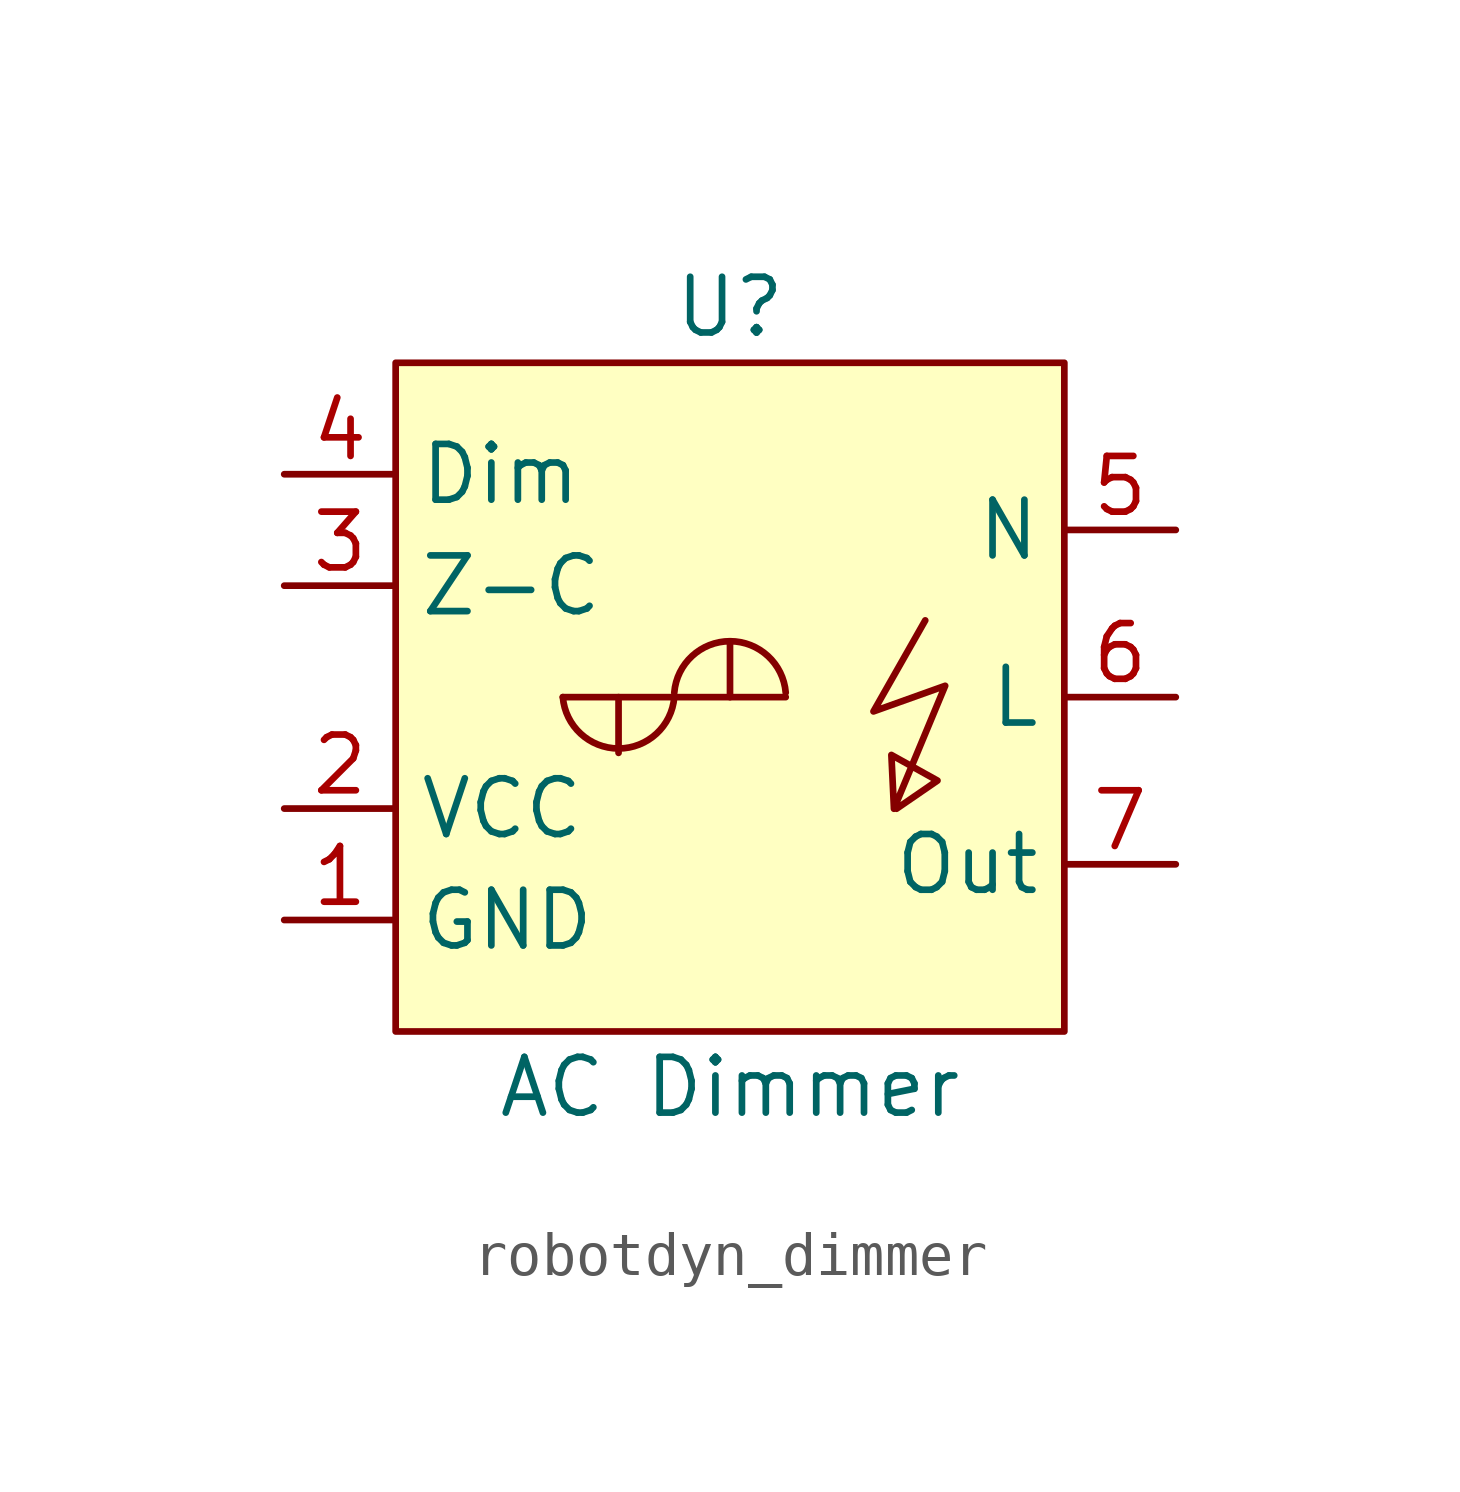
<source format=kicad_sym>
(kicad_symbol_lib
  (version 20220914)
  (generator kicad_symbol_editor)
  (symbol "robotdyn_dimmer"
    (property "Reference" "U"
      (at 0 8.89 0)
      (effects (font (size 1.27 1.27))))
    (property "Value" "AC Dimmer"
      (at 0 -8.89 0)
      (effects (font (size 1.27 1.27))))
    (symbol "robotdyn_dimmer_0_1"
      (arc (start -3.81 0) (mid -2.54 -1.1708) (end -1.27 0) (stroke (width 0) (type default)) (fill (type none)))
      (polyline (pts (xy -3.81 0) (xy 1.27 0)) (stroke (width 0) (type default)) (fill (type none)))
      (polyline (pts (xy -2.54 -1.27) (xy -2.54 0)) (stroke (width 0) (type default)) (fill (type none)))
      (polyline (pts (xy 0 1.27) (xy 0 0)) (stroke (width 0) (type default)) (fill (type none)))
      (polyline (pts (xy 4.45 1.749) (xy 3.27 -0.326) (xy 4.904 0.258) (xy 3.737 -2.544) (xy 3.678 -1.318) (xy 4.729 -1.902) (xy 3.795 -2.544)) (stroke (width 0) (type default)) (fill (type none)))
      (arc (start 1.27 0.1034) (mid 0 1.2742) (end -1.27 0.1034) (stroke (width 0) (type default)) (fill (type none))))
    (symbol "robotdyn_dimmer_1_1"
      (rectangle (start -7.62 7.62) (end 7.62 -7.62) (stroke (width 0) (type default)) (fill (type background)))
      (pin power_in line (at -10.16 -5.08 0) (length 2.54) (name "GND" (effects (font (size 1.27 1.27)))) (number "1" (effects (font (size 1.27 1.27)))))
      (pin power_in line (at -10.16 -2.54 0) (length 2.54) (name "VCC" (effects (font (size 1.27 1.27)))) (number "2" (effects (font (size 1.27 1.27)))))
      (pin output line (at -10.16 2.54 0) (length 2.54) (name "Z-C" (effects (font (size 1.27 1.27)))) (number "3" (effects (font (size 1.27 1.27)))))
      (pin input line (at -10.16 5.08 0) (length 2.54) (name "Dim" (effects (font (size 1.27 1.27)))) (number "4" (effects (font (size 1.27 1.27)))))
      (pin power_in line (at 10.16 3.81 180) (length 2.54) (name "N" (effects (font (size 1.27 1.27)))) (number "5" (effects (font (size 1.27 1.27)))))
      (pin power_in line (at 10.16 0 180) (length 2.54) (name "L" (effects (font (size 1.27 1.27)))) (number "6" (effects (font (size 1.27 1.27)))))
      (pin power_out line (at 10.16 -3.81 180) (length 2.54) (name "Out" (effects (font (size 1.27 1.27)))) (number "7" (effects (font (size 1.27 1.27))))))))
</source>
